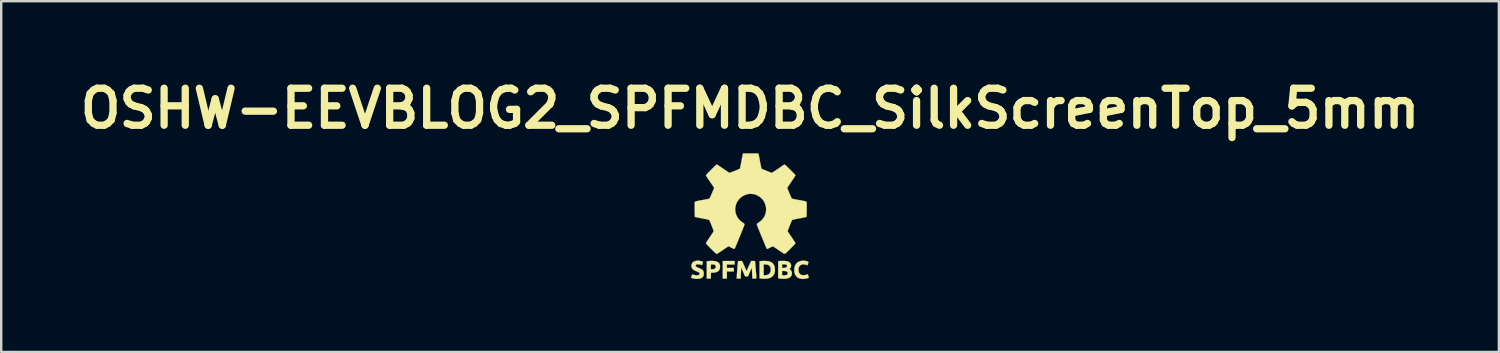
<source format=kicad_pcb>
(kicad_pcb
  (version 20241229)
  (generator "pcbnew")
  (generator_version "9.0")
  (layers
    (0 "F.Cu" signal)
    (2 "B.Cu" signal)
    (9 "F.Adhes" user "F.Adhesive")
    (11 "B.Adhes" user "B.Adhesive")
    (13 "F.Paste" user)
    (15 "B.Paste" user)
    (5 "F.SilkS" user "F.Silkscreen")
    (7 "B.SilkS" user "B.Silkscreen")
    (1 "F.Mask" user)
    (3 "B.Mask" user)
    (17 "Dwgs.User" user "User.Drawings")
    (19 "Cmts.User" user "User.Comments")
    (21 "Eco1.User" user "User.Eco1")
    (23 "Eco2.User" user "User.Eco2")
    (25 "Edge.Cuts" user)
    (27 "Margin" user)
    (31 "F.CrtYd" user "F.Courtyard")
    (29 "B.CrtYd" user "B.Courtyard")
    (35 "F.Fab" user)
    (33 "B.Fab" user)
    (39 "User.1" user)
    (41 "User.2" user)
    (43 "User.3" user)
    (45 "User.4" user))
  (footprint "OSHW-EEVBLOG2_SPFMDBC_SilkScreenTop_5mm"
    (layer "F.Cu")
    (at 27.838 5.863)
    (property "Reference" "OSHW-EEVBLOG2_SPFMDBC_SilkScreenTop_5mm" (at 0 -4.445 0) (layer "F.SilkS") (effects (font (size 1.524 1.524) (thickness 0.3))))
    (attr through_hole)
    (fp_poly (pts (xy -0.633 1.979) (xy -0.954 1.979) (xy -0.954 2.121) (xy -0.668 2.121) (xy -0.668 2.264) (xy -0.954 2.264) (xy -0.954 2.558) (xy -1.123 2.558) (xy -1.123 1.836) (xy -0.633 1.836) (xy -0.633 1.979)) (stroke (width 0.01) (type solid)) (fill yes) (layer "F.SilkS"))
    (fp_poly (pts (xy -1.484 1.835) (xy -1.419 1.845) (xy -1.373 1.859) (xy -1.318 1.888) (xy -1.278 1.923) (xy -1.252 1.967) (xy -1.238 2.022) (xy -1.235 2.072) (xy -1.241 2.138) (xy -1.259 2.193) (xy -1.291 2.238) (xy -1.335 2.272) (xy -1.394 2.296) (xy -1.468 2.31) (xy -1.522 2.315) (xy -1.613 2.32) (xy -1.613 2.558) (xy -1.782 2.558) (xy -1.782 2.078) (xy -1.613 2.078) (xy -1.613 2.175) (xy -1.568 2.175) (xy -1.531 2.172) (xy -1.494 2.167) (xy -1.483 2.165) (xy -1.444 2.148) (xy -1.419 2.121) (xy -1.408 2.083) (xy -1.408 2.075) (xy -1.413 2.036) (xy -1.428 2.01) (xy -1.451 1.993) (xy -1.479 1.983) (xy -1.517 1.976) (xy -1.555 1.972) (xy -1.586 1.974) (xy -1.59 1.975) (xy -1.6 1.978) (xy -1.607 1.983) (xy -1.611 1.994) (xy -1.613 2.014) (xy -1.613 2.047) (xy -1.613 2.078) (xy -1.782 2.078) (xy -1.782 1.847) (xy -1.74 1.841) (xy -1.647 1.833) (xy -1.561 1.831) (xy -1.484 1.835)) (stroke (width 0.01) (type solid)) (fill yes) (layer "F.SilkS"))
    (fp_poly (pts (xy 2.25 1.826) (xy 2.253 1.827) (xy 2.3 1.835) (xy 2.342 1.846) (xy 2.376 1.858) (xy 2.398 1.87) (xy 2.404 1.877) (xy 2.404 1.893) (xy 2.398 1.917) (xy 2.394 1.928) (xy 2.383 1.957) (xy 2.374 1.983) (xy 2.372 1.989) (xy 2.363 2.013) (xy 2.317 1.995) (xy 2.247 1.976) (xy 2.182 1.971) (xy 2.124 1.982) (xy 2.074 2.008) (xy 2.053 2.026) (xy 2.025 2.062) (xy 2.006 2.102) (xy 1.997 2.151) (xy 1.995 2.197) (xy 2.001 2.267) (xy 2.02 2.323) (xy 2.051 2.368) (xy 2.094 2.399) (xy 2.123 2.411) (xy 2.173 2.421) (xy 2.231 2.421) (xy 2.291 2.411) (xy 2.333 2.398) (xy 2.376 2.381) (xy 2.399 2.451) (xy 2.422 2.522) (xy 2.374 2.54) (xy 2.35 2.547) (xy 2.316 2.554) (xy 2.277 2.562) (xy 2.238 2.568) (xy 2.202 2.573) (xy 2.176 2.575) (xy 2.166 2.574) (xy 2.155 2.573) (xy 2.132 2.57) (xy 2.101 2.566) (xy 2.1 2.566) (xy 2.026 2.548) (xy 1.962 2.517) (xy 1.91 2.472) (xy 1.868 2.415) (xy 1.839 2.346) (xy 1.823 2.267) (xy 1.82 2.178) (xy 1.821 2.159) (xy 1.833 2.084) (xy 1.859 2.014) (xy 1.895 1.952) (xy 1.921 1.922) (xy 1.971 1.883) (xy 2.032 1.852) (xy 2.102 1.832) (xy 2.176 1.823) (xy 2.25 1.826)) (stroke (width 0.01) (type solid)) (fill yes) (layer "F.SilkS"))
    (fp_poly (pts (xy 0.61 1.833) (xy 0.669 1.835) (xy 0.721 1.839) (xy 0.763 1.845) (xy 0.773 1.848) (xy 0.849 1.874) (xy 0.91 1.911) (xy 0.958 1.959) (xy 0.995 2.019) (xy 0.996 2.022) (xy 1.007 2.048) (xy 1.015 2.075) (xy 1.019 2.106) (xy 1.022 2.148) (xy 1.023 2.172) (xy 1.025 2.22) (xy 1.024 2.256) (xy 1.02 2.285) (xy 1.013 2.314) (xy 1.007 2.336) (xy 0.977 2.402) (xy 0.932 2.458) (xy 0.875 2.504) (xy 0.806 2.537) (xy 0.73 2.557) (xy 0.699 2.561) (xy 0.657 2.563) (xy 0.611 2.565) (xy 0.566 2.566) (xy 0.526 2.565) (xy 0.497 2.563) (xy 0.49 2.562) (xy 0.474 2.559) (xy 0.447 2.555) (xy 0.434 2.553) (xy 0.392 2.548) (xy 0.392 1.98) (xy 0.561 1.98) (xy 0.561 2.424) (xy 0.6 2.424) (xy 0.633 2.422) (xy 0.671 2.418) (xy 0.687 2.415) (xy 0.745 2.396) (xy 0.792 2.365) (xy 0.825 2.321) (xy 0.846 2.264) (xy 0.853 2.22) (xy 0.852 2.154) (xy 0.838 2.096) (xy 0.811 2.047) (xy 0.774 2.011) (xy 0.756 2) (xy 0.731 1.991) (xy 0.694 1.983) (xy 0.655 1.976) (xy 0.617 1.973) (xy 0.59 1.974) (xy 0.587 1.974) (xy 0.561 1.98) (xy 0.392 1.98) (xy 0.392 1.846) (xy 0.443 1.839) (xy 0.492 1.835) (xy 0.549 1.832) (xy 0.61 1.833)) (stroke (width 0.01) (type solid)) (fill yes) (layer "F.SilkS"))
    (fp_poly (pts (xy 1.452 1.835) (xy 1.516 1.843) (xy 1.568 1.858) (xy 1.61 1.879) (xy 1.621 1.887) (xy 1.657 1.924) (xy 1.681 1.969) (xy 1.691 2.018) (xy 1.687 2.066) (xy 1.669 2.112) (xy 1.646 2.14) (xy 1.63 2.159) (xy 1.626 2.169) (xy 1.631 2.173) (xy 1.645 2.182) (xy 1.665 2.198) (xy 1.677 2.21) (xy 1.704 2.249) (xy 1.72 2.297) (xy 1.725 2.35) (xy 1.718 2.402) (xy 1.699 2.45) (xy 1.686 2.469) (xy 1.655 2.498) (xy 1.612 2.524) (xy 1.562 2.545) (xy 1.516 2.558) (xy 1.49 2.561) (xy 1.453 2.563) (xy 1.409 2.565) (xy 1.362 2.566) (xy 1.319 2.566) (xy 1.282 2.564) (xy 1.259 2.562) (xy 1.257 2.562) (xy 1.24 2.559) (xy 1.214 2.555) (xy 1.201 2.553) (xy 1.159 2.548) (xy 1.159 2.246) (xy 1.319 2.246) (xy 1.319 2.423) (xy 1.357 2.426) (xy 1.394 2.426) (xy 1.435 2.424) (xy 1.473 2.419) (xy 1.502 2.412) (xy 1.512 2.408) (xy 1.532 2.394) (xy 1.542 2.384) (xy 1.551 2.362) (xy 1.553 2.332) (xy 1.548 2.302) (xy 1.538 2.282) (xy 1.513 2.266) (xy 1.474 2.254) (xy 1.422 2.247) (xy 1.382 2.246) (xy 1.319 2.246) (xy 1.159 2.246) (xy 1.159 2.124) (xy 1.319 2.124) (xy 1.397 2.118) (xy 1.443 2.114) (xy 1.476 2.106) (xy 1.496 2.096) (xy 1.497 2.096) (xy 1.516 2.073) (xy 1.523 2.043) (xy 1.52 2.013) (xy 1.506 1.991) (xy 1.493 1.983) (xy 1.474 1.977) (xy 1.446 1.973) (xy 1.404 1.971) (xy 1.403 1.971) (xy 1.319 1.968) (xy 1.319 2.124) (xy 1.159 2.124) (xy 1.159 1.846) (xy 1.21 1.839) (xy 1.24 1.836) (xy 1.281 1.834) (xy 1.329 1.833) (xy 1.372 1.832) (xy 1.452 1.835)) (stroke (width 0.01) (type solid)) (fill yes) (layer "F.SilkS"))
    (fp_poly (pts (xy -2.103 1.825) (xy -2.088 1.827) (xy -2.048 1.834) (xy -2.009 1.843) (xy -1.975 1.854) (xy -1.95 1.864) (xy -1.938 1.871) (xy -1.94 1.882) (xy -1.946 1.903) (xy -1.954 1.931) (xy -1.964 1.96) (xy -1.973 1.985) (xy -1.98 2.001) (xy -1.982 2.003) (xy -1.991 2.001) (xy -2.011 1.994) (xy -2.03 1.987) (xy -2.088 1.973) (xy -2.139 1.97) (xy -2.174 1.97) (xy -2.196 1.974) (xy -2.212 1.981) (xy -2.224 1.991) (xy -2.241 2.014) (xy -2.244 2.035) (xy -2.233 2.056) (xy -2.206 2.078) (xy -2.163 2.1) (xy -2.115 2.121) (xy -2.046 2.151) (xy -1.993 2.18) (xy -1.954 2.21) (xy -1.927 2.244) (xy -1.912 2.283) (xy -1.904 2.329) (xy -1.904 2.357) (xy -1.911 2.42) (xy -1.931 2.471) (xy -1.965 2.511) (xy -2.014 2.541) (xy -2.041 2.551) (xy -2.083 2.561) (xy -2.135 2.568) (xy -2.192 2.571) (xy -2.246 2.569) (xy -2.277 2.566) (xy -2.319 2.558) (xy -2.358 2.547) (xy -2.391 2.535) (xy -2.414 2.524) (xy -2.422 2.515) (xy -2.421 2.502) (xy -2.415 2.479) (xy -2.406 2.451) (xy -2.395 2.424) (xy -2.385 2.401) (xy -2.376 2.388) (xy -2.374 2.386) (xy -2.362 2.39) (xy -2.339 2.398) (xy -2.317 2.406) (xy -2.274 2.417) (xy -2.227 2.424) (xy -2.18 2.425) (xy -2.139 2.42) (xy -2.108 2.411) (xy -2.1 2.406) (xy -2.082 2.382) (xy -2.076 2.354) (xy -2.083 2.327) (xy -2.092 2.315) (xy -2.112 2.302) (xy -2.144 2.285) (xy -2.186 2.266) (xy -2.233 2.247) (xy -2.247 2.242) (xy -2.31 2.212) (xy -2.359 2.173) (xy -2.394 2.127) (xy -2.412 2.073) (xy -2.415 2.037) (xy -2.409 1.993) (xy -2.394 1.947) (xy -2.373 1.908) (xy -2.363 1.895) (xy -2.329 1.868) (xy -2.281 1.846) (xy -2.225 1.831) (xy -2.164 1.824) (xy -2.103 1.825)) (stroke (width 0.01) (type solid)) (fill yes) (layer "F.SilkS"))
    (fp_poly (pts (xy -0.283 1.936) (xy -0.259 1.988) (xy -0.231 2.048) (xy -0.205 2.107) (xy -0.191 2.141) (xy -0.174 2.18) (xy -0.159 2.213) (xy -0.148 2.236) (xy -0.143 2.245) (xy -0.142 2.246) (xy -0.137 2.238) (xy -0.127 2.217) (xy -0.113 2.187) (xy -0.103 2.163) (xy -0.086 2.124) (xy -0.064 2.074) (xy -0.039 2.02) (xy -0.015 1.968) (xy -0.01 1.958) (xy 0.047 1.836) (xy 0.203 1.836) (xy 0.208 1.886) (xy 0.214 1.934) (xy 0.219 1.994) (xy 0.226 2.061) (xy 0.232 2.134) (xy 0.238 2.209) (xy 0.243 2.283) (xy 0.249 2.354) (xy 0.253 2.418) (xy 0.256 2.473) (xy 0.258 2.515) (xy 0.258 2.537) (xy 0.258 2.547) (xy 0.253 2.553) (xy 0.24 2.556) (xy 0.217 2.558) (xy 0.18 2.558) (xy 0.099 2.558) (xy 0.095 2.502) (xy 0.093 2.474) (xy 0.09 2.432) (xy 0.088 2.382) (xy 0.085 2.327) (xy 0.084 2.296) (xy 0.082 2.244) (xy 0.079 2.199) (xy 0.077 2.162) (xy 0.074 2.137) (xy 0.072 2.128) (xy 0.068 2.127) (xy 0.059 2.139) (xy 0.046 2.164) (xy 0.028 2.204) (xy 0.004 2.259) (xy -0.009 2.29) (xy -0.085 2.469) (xy -0.146 2.467) (xy -0.207 2.464) (xy -0.284 2.282) (xy -0.361 2.099) (xy -0.367 2.157) (xy -0.369 2.184) (xy -0.371 2.226) (xy -0.374 2.277) (xy -0.377 2.334) (xy -0.379 2.386) (xy -0.386 2.558) (xy -0.55 2.558) (xy -0.547 2.515) (xy -0.545 2.493) (xy -0.543 2.456) (xy -0.54 2.409) (xy -0.537 2.356) (xy -0.535 2.313) (xy -0.531 2.251) (xy -0.526 2.186) (xy -0.521 2.12) (xy -0.516 2.055) (xy -0.51 1.995) (xy -0.505 1.941) (xy -0.5 1.898) (xy -0.496 1.867) (xy -0.494 1.852) (xy -0.489 1.844) (xy -0.478 1.839) (xy -0.458 1.837) (xy -0.424 1.836) (xy -0.411 1.836) (xy -0.332 1.836) (xy -0.283 1.936)) (stroke (width 0.01) (type solid)) (fill yes) (layer "F.SilkS"))
    (fp_poly (pts (xy 0.348 -2.573) (xy 0.351 -2.56) (xy 0.358 -2.531) (xy 0.366 -2.49) (xy 0.377 -2.437) (xy 0.389 -2.376) (xy 0.401 -2.308) (xy 0.409 -2.264) (xy 0.423 -2.195) (xy 0.435 -2.131) (xy 0.446 -2.075) (xy 0.456 -2.028) (xy 0.463 -1.994) (xy 0.468 -1.973) (xy 0.47 -1.968) (xy 0.482 -1.962) (xy 0.507 -1.95) (xy 0.542 -1.934) (xy 0.586 -1.916) (xy 0.636 -1.895) (xy 0.688 -1.874) (xy 0.739 -1.853) (xy 0.788 -1.834) (xy 0.832 -1.817) (xy 0.867 -1.805) (xy 0.891 -1.797) (xy 0.901 -1.794) (xy 0.912 -1.801) (xy 0.938 -1.817) (xy 0.978 -1.843) (xy 1.032 -1.879) (xy 1.101 -1.926) (xy 1.184 -1.982) (xy 1.281 -2.049) (xy 1.345 -2.093) (xy 1.376 -2.114) (xy 1.403 -2.129) (xy 1.421 -2.138) (xy 1.425 -2.139) (xy 1.435 -2.133) (xy 1.455 -2.115) (xy 1.485 -2.088) (xy 1.523 -2.053) (xy 1.567 -2.01) (xy 1.615 -1.963) (xy 1.657 -1.921) (xy 1.718 -1.86) (xy 1.768 -1.809) (xy 1.806 -1.769) (xy 1.835 -1.738) (xy 1.854 -1.715) (xy 1.866 -1.699) (xy 1.87 -1.689) (xy 1.87 -1.687) (xy 1.864 -1.676) (xy 1.849 -1.652) (xy 1.826 -1.617) (xy 1.797 -1.573) (xy 1.763 -1.522) (xy 1.724 -1.465) (xy 1.699 -1.429) (xy 1.659 -1.37) (xy 1.623 -1.316) (xy 1.591 -1.268) (xy 1.565 -1.228) (xy 1.546 -1.197) (xy 1.535 -1.178) (xy 1.533 -1.173) (xy 1.536 -1.162) (xy 1.546 -1.137) (xy 1.56 -1.1) (xy 1.578 -1.056) (xy 1.599 -1.007) (xy 1.621 -0.954) (xy 1.644 -0.902) (xy 1.665 -0.853) (xy 1.685 -0.809) (xy 1.701 -0.773) (xy 1.713 -0.748) (xy 1.72 -0.737) (xy 1.72 -0.737) (xy 1.727 -0.733) (xy 1.744 -0.728) (xy 1.772 -0.721) (xy 1.812 -0.713) (xy 1.865 -0.702) (xy 1.932 -0.69) (xy 2.014 -0.674) (xy 2.113 -0.657) (xy 2.126 -0.654) (xy 2.189 -0.643) (xy 2.237 -0.633) (xy 2.271 -0.625) (xy 2.295 -0.618) (xy 2.31 -0.611) (xy 2.319 -0.604) (xy 2.32 -0.604) (xy 2.324 -0.598) (xy 2.328 -0.589) (xy 2.33 -0.576) (xy 2.332 -0.558) (xy 2.333 -0.531) (xy 2.334 -0.494) (xy 2.334 -0.445) (xy 2.334 -0.383) (xy 2.333 -0.305) (xy 2.333 -0.289) (xy 2.332 -0.194) (xy 2.33 -0.116) (xy 2.328 -0.056) (xy 2.326 -0.014) (xy 2.323 0.011) (xy 2.321 0.018) (xy 2.31 0.022) (xy 2.284 0.028) (xy 2.244 0.037) (xy 2.194 0.048) (xy 2.134 0.06) (xy 2.068 0.073) (xy 2.027 0.08) (xy 1.958 0.094) (xy 1.894 0.106) (xy 1.838 0.118) (xy 1.792 0.128) (xy 1.758 0.137) (xy 1.737 0.143) (xy 1.733 0.145) (xy 1.726 0.157) (xy 1.714 0.182) (xy 1.699 0.219) (xy 1.68 0.265) (xy 1.659 0.316) (xy 1.637 0.37) (xy 1.616 0.425) (xy 1.596 0.477) (xy 1.578 0.524) (xy 1.564 0.562) (xy 1.555 0.591) (xy 1.551 0.605) (xy 1.551 0.606) (xy 1.556 0.623) (xy 1.569 0.647) (xy 1.581 0.666) (xy 1.615 0.714) (xy 1.651 0.767) (xy 1.689 0.822) (xy 1.727 0.877) (xy 1.762 0.931) (xy 1.795 0.981) (xy 1.824 1.025) (xy 1.847 1.061) (xy 1.863 1.088) (xy 1.871 1.102) (xy 1.872 1.104) (xy 1.865 1.113) (xy 1.848 1.134) (xy 1.821 1.163) (xy 1.786 1.201) (xy 1.744 1.245) (xy 1.696 1.293) (xy 1.66 1.33) (xy 1.6 1.39) (xy 1.551 1.438) (xy 1.511 1.476) (xy 1.481 1.504) (xy 1.458 1.523) (xy 1.442 1.535) (xy 1.43 1.541) (xy 1.426 1.541) (xy 1.412 1.536) (xy 1.384 1.521) (xy 1.343 1.496) (xy 1.29 1.462) (xy 1.227 1.419) (xy 1.177 1.386) (xy 1.121 1.347) (xy 1.069 1.312) (xy 1.023 1.281) (xy 0.985 1.257) (xy 0.958 1.24) (xy 0.942 1.231) (xy 0.94 1.23) (xy 0.928 1.234) (xy 0.904 1.245) (xy 0.871 1.261) (xy 0.832 1.281) (xy 0.827 1.283) (xy 0.787 1.304) (xy 0.751 1.32) (xy 0.724 1.332) (xy 0.708 1.337) (xy 0.707 1.337) (xy 0.69 1.329) (xy 0.68 1.317) (xy 0.675 1.305) (xy 0.664 1.278) (xy 0.647 1.238) (xy 0.626 1.186) (xy 0.6 1.124) (xy 0.57 1.053) (xy 0.538 0.974) (xy 0.503 0.89) (xy 0.473 0.817) (xy 0.426 0.705) (xy 0.387 0.608) (xy 0.354 0.526) (xy 0.327 0.459) (xy 0.307 0.405) (xy 0.292 0.365) (xy 0.283 0.337) (xy 0.28 0.322) (xy 0.28 0.318) (xy 0.29 0.304) (xy 0.311 0.284) (xy 0.338 0.265) (xy 0.428 0.2) (xy 0.503 0.128) (xy 0.564 0.049) (xy 0.598 -0.011) (xy 0.636 -0.104) (xy 0.657 -0.203) (xy 0.663 -0.303) (xy 0.653 -0.404) (xy 0.627 -0.502) (xy 0.587 -0.595) (xy 0.531 -0.68) (xy 0.525 -0.688) (xy 0.459 -0.759) (xy 0.381 -0.82) (xy 0.296 -0.87) (xy 0.207 -0.905) (xy 0.174 -0.914) (xy 0.135 -0.92) (xy 0.087 -0.925) (xy 0.035 -0.928) (xy -0.015 -0.928) (xy -0.058 -0.926) (xy -0.085 -0.922) (xy -0.193 -0.89) (xy -0.292 -0.843) (xy -0.379 -0.781) (xy -0.455 -0.707) (xy -0.52 -0.619) (xy -0.54 -0.584) (xy -0.573 -0.508) (xy -0.596 -0.423) (xy -0.609 -0.334) (xy -0.609 -0.248) (xy -0.606 -0.214) (xy -0.583 -0.107) (xy -0.545 -0.01) (xy -0.492 0.079) (xy -0.423 0.159) (xy -0.339 0.229) (xy -0.295 0.259) (xy -0.262 0.282) (xy -0.238 0.302) (xy -0.227 0.317) (xy -0.226 0.318) (xy -0.228 0.329) (xy -0.235 0.353) (xy -0.248 0.389) (xy -0.266 0.439) (xy -0.292 0.504) (xy -0.323 0.582) (xy -0.361 0.676) (xy -0.406 0.786) (xy -0.419 0.817) (xy -0.456 0.905) (xy -0.49 0.989) (xy -0.522 1.066) (xy -0.551 1.136) (xy -0.576 1.196) (xy -0.597 1.246) (xy -0.613 1.284) (xy -0.623 1.308) (xy -0.627 1.317) (xy -0.641 1.333) (xy -0.654 1.337) (xy -0.669 1.333) (xy -0.696 1.322) (xy -0.731 1.305) (xy -0.77 1.285) (xy -0.775 1.283) (xy -0.814 1.263) (xy -0.848 1.247) (xy -0.873 1.235) (xy -0.886 1.23) (xy -0.887 1.23) (xy -0.897 1.235) (xy -0.919 1.249) (xy -0.952 1.27) (xy -0.995 1.298) (xy -1.044 1.331) (xy -1.099 1.369) (xy -1.124 1.386) (xy -1.193 1.433) (xy -1.253 1.472) (xy -1.302 1.504) (xy -1.339 1.526) (xy -1.363 1.539) (xy -1.373 1.541) (xy -1.382 1.539) (xy -1.395 1.53) (xy -1.415 1.515) (xy -1.442 1.491) (xy -1.477 1.458) (xy -1.521 1.415) (xy -1.576 1.36) (xy -1.608 1.329) (xy -1.666 1.271) (xy -1.712 1.223) (xy -1.749 1.186) (xy -1.776 1.157) (xy -1.795 1.135) (xy -1.807 1.119) (xy -1.813 1.108) (xy -1.815 1.099) (xy -1.815 1.095) (xy -1.808 1.083) (xy -1.793 1.058) (xy -1.77 1.022) (xy -1.741 0.977) (xy -1.707 0.926) (xy -1.669 0.871) (xy -1.653 0.848) (xy -1.614 0.791) (xy -1.579 0.738) (xy -1.549 0.692) (xy -1.524 0.653) (xy -1.507 0.625) (xy -1.498 0.608) (xy -1.497 0.605) (xy -1.501 0.592) (xy -1.51 0.565) (xy -1.523 0.528) (xy -1.541 0.482) (xy -1.56 0.431) (xy -1.582 0.376) (xy -1.603 0.322) (xy -1.624 0.27) (xy -1.643 0.224) (xy -1.66 0.186) (xy -1.672 0.159) (xy -1.679 0.145) (xy -1.68 0.145) (xy -1.691 0.14) (xy -1.717 0.133) (xy -1.757 0.124) (xy -1.807 0.113) (xy -1.867 0.101) (xy -1.933 0.088) (xy -1.974 0.08) (xy -2.043 0.067) (xy -2.107 0.055) (xy -2.163 0.043) (xy -2.209 0.033) (xy -2.243 0.025) (xy -2.263 0.02) (xy -2.267 0.018) (xy -2.271 0.006) (xy -2.273 -0.024) (xy -2.276 -0.072) (xy -2.277 -0.137) (xy -2.279 -0.22) (xy -2.28 -0.289) (xy -2.28 -0.37) (xy -2.281 -0.435) (xy -2.281 -0.486) (xy -2.28 -0.525) (xy -2.279 -0.553) (xy -2.277 -0.574) (xy -2.275 -0.587) (xy -2.271 -0.596) (xy -2.267 -0.603) (xy -2.266 -0.604) (xy -2.259 -0.61) (xy -2.247 -0.615) (xy -2.228 -0.622) (xy -2.2 -0.629) (xy -2.162 -0.637) (xy -2.111 -0.647) (xy -2.047 -0.659) (xy -1.974 -0.672) (xy -1.905 -0.685) (xy -1.842 -0.697) (xy -1.786 -0.708) (xy -1.739 -0.717) (xy -1.704 -0.724) (xy -1.684 -0.729) (xy -1.68 -0.73) (xy -1.671 -0.739) (xy -1.658 -0.759) (xy -1.641 -0.793) (xy -1.618 -0.841) (xy -1.59 -0.904) (xy -1.57 -0.95) (xy -1.546 -1.008) (xy -1.524 -1.061) (xy -1.505 -1.106) (xy -1.491 -1.142) (xy -1.482 -1.166) (xy -1.479 -1.175) (xy -1.484 -1.185) (xy -1.498 -1.208) (xy -1.52 -1.242) (xy -1.548 -1.285) (xy -1.582 -1.335) (xy -1.62 -1.391) (xy -1.646 -1.429) (xy -1.686 -1.487) (xy -1.723 -1.542) (xy -1.755 -1.59) (xy -1.782 -1.631) (xy -1.802 -1.662) (xy -1.814 -1.682) (xy -1.816 -1.687) (xy -1.814 -1.695) (xy -1.806 -1.708) (xy -1.789 -1.729) (xy -1.764 -1.757) (xy -1.729 -1.794) (xy -1.684 -1.841) (xy -1.627 -1.898) (xy -1.603 -1.921) (xy -1.552 -1.973) (xy -1.504 -2.019) (xy -1.461 -2.061) (xy -1.425 -2.094) (xy -1.397 -2.12) (xy -1.379 -2.135) (xy -1.372 -2.139) (xy -1.359 -2.134) (xy -1.335 -2.121) (xy -1.305 -2.103) (xy -1.292 -2.093) (xy -1.186 -2.02) (xy -1.094 -1.958) (xy -1.017 -1.905) (xy -0.955 -1.863) (xy -0.906 -1.831) (xy -0.872 -1.809) (xy -0.852 -1.797) (xy -0.847 -1.794) (xy -0.836 -1.797) (xy -0.811 -1.805) (xy -0.775 -1.818) (xy -0.732 -1.835) (xy -0.682 -1.855) (xy -0.63 -1.875) (xy -0.579 -1.897) (xy -0.529 -1.917) (xy -0.486 -1.935) (xy -0.451 -1.951) (xy -0.427 -1.962) (xy -0.417 -1.968) (xy -0.413 -1.978) (xy -0.407 -2.004) (xy -0.399 -2.043) (xy -0.389 -2.093) (xy -0.377 -2.153) (xy -0.365 -2.219) (xy -0.356 -2.264) (xy -0.343 -2.335) (xy -0.33 -2.4) (xy -0.319 -2.458) (xy -0.309 -2.507) (xy -0.301 -2.544) (xy -0.296 -2.567) (xy -0.294 -2.573) (xy -0.286 -2.593) (xy 0.339 -2.593) (xy 0.348 -2.573)) (stroke (width 0.01) (type solid)) (fill yes) (layer "F.SilkS")))
  (gr_rect
    (start -3 -3)
    (end 58.677 11.443)
    (stroke (width 0.1) (type default))
    (fill no)
    (layer "Edge.Cuts")))
</source>
